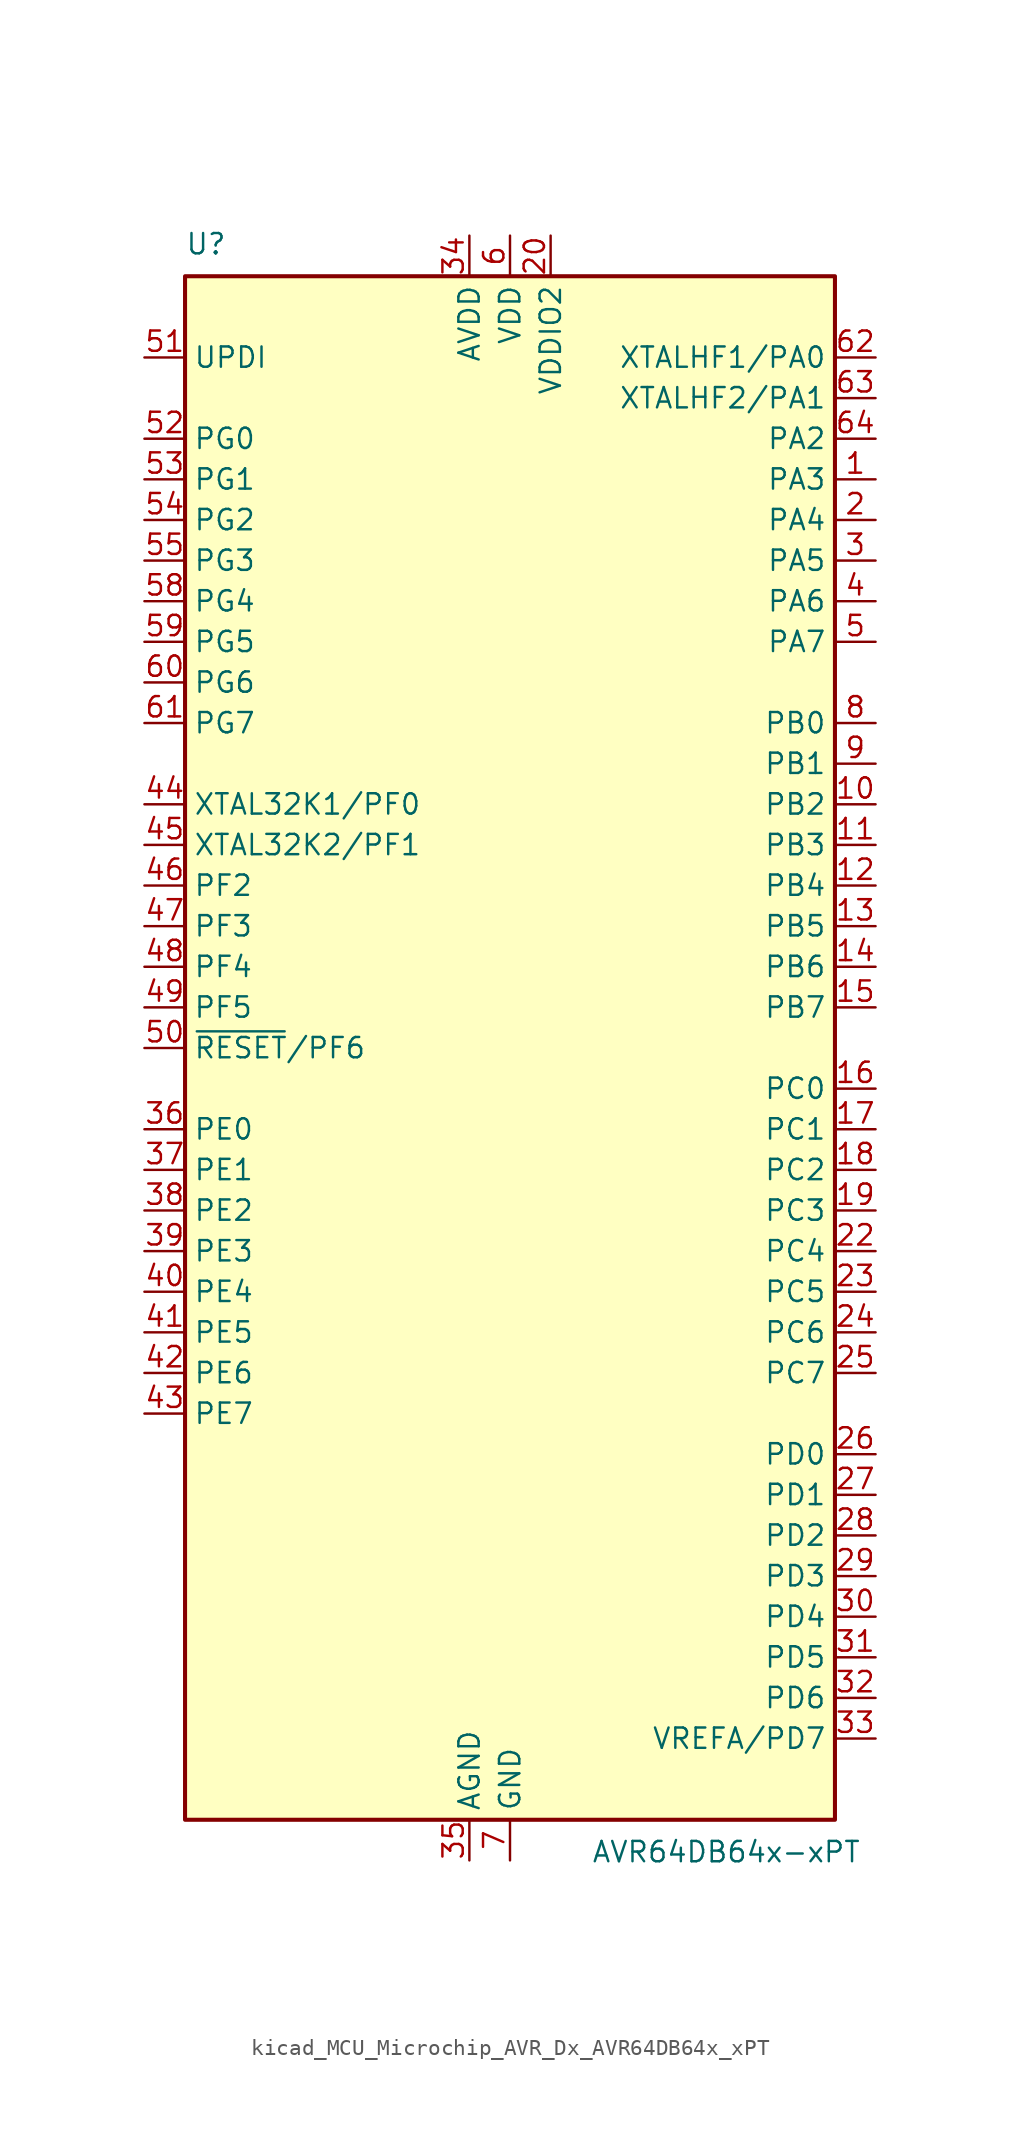
<source format=kicad_sym>
(kicad_symbol_lib
  (version 20220914)
  (generator kicad_symbol_editor)
  (symbol "kicad_MCU_Microchip_AVR_Dx_AVR64DB64x_xPT"
    (property "Reference" "U"
      (at -20.32 49.53 0)
      (effects (font (size 1.27 1.27)) (justify left bottom)))
    (property "Value" "AVR64DB64x-xPT"
      (at 5.08 -49.53 0)
      (effects (font (size 1.27 1.27)) (justify left top)))
    (symbol "kicad_MCU_Microchip_AVR_Dx_AVR64DB64x_xPT_0_1"
      (rectangle (start -20.32 48.26) (end 20.32 -48.26) (stroke (width 0.254) (type default)) (fill (type background))))
    (symbol "kicad_MCU_Microchip_AVR_Dx_AVR64DB64x_xPT_1_1"
      (pin bidirectional line (at 22.86 35.56 180) (length 2.54) (name "PA3" (effects (font (size 1.27 1.27)))) (number "1" (effects (font (size 1.27 1.27)))))
      (pin bidirectional line (at 22.86 15.24 180) (length 2.54) (name "PB2" (effects (font (size 1.27 1.27)))) (number "10" (effects (font (size 1.27 1.27)))))
      (pin bidirectional line (at 22.86 12.7 180) (length 2.54) (name "PB3" (effects (font (size 1.27 1.27)))) (number "11" (effects (font (size 1.27 1.27)))))
      (pin bidirectional line (at 22.86 10.16 180) (length 2.54) (name "PB4" (effects (font (size 1.27 1.27)))) (number "12" (effects (font (size 1.27 1.27)))))
      (pin bidirectional line (at 22.86 7.62 180) (length 2.54) (name "PB5" (effects (font (size 1.27 1.27)))) (number "13" (effects (font (size 1.27 1.27)))))
      (pin bidirectional line (at 22.86 5.08 180) (length 2.54) (name "PB6" (effects (font (size 1.27 1.27)))) (number "14" (effects (font (size 1.27 1.27)))))
      (pin bidirectional line (at 22.86 2.54 180) (length 2.54) (name "PB7" (effects (font (size 1.27 1.27)))) (number "15" (effects (font (size 1.27 1.27)))))
      (pin bidirectional line (at 22.86 -2.54 180) (length 2.54) (name "PC0" (effects (font (size 1.27 1.27)))) (number "16" (effects (font (size 1.27 1.27)))))
      (pin bidirectional line (at 22.86 -5.08 180) (length 2.54) (name "PC1" (effects (font (size 1.27 1.27)))) (number "17" (effects (font (size 1.27 1.27)))))
      (pin bidirectional line (at 22.86 -7.62 180) (length 2.54) (name "PC2" (effects (font (size 1.27 1.27)))) (number "18" (effects (font (size 1.27 1.27)))))
      (pin bidirectional line (at 22.86 -10.16 180) (length 2.54) (name "PC3" (effects (font (size 1.27 1.27)))) (number "19" (effects (font (size 1.27 1.27)))))
      (pin bidirectional line (at 22.86 33.02 180) (length 2.54) (name "PA4" (effects (font (size 1.27 1.27)))) (number "2" (effects (font (size 1.27 1.27)))))
      (pin power_in line (at 2.54 50.8 270) (length 2.54) (name "VDDIO2" (effects (font (size 1.27 1.27)))) (number "20" (effects (font (size 1.27 1.27)))))
      (pin passive line (at 0 -50.8 90) (length 2.54) hide (name "GND" (effects (font (size 1.27 1.27)))) (number "21" (effects (font (size 1.27 1.27)))))
      (pin bidirectional line (at 22.86 -12.7 180) (length 2.54) (name "PC4" (effects (font (size 1.27 1.27)))) (number "22" (effects (font (size 1.27 1.27)))))
      (pin bidirectional line (at 22.86 -15.24 180) (length 2.54) (name "PC5" (effects (font (size 1.27 1.27)))) (number "23" (effects (font (size 1.27 1.27)))))
      (pin bidirectional line (at 22.86 -17.78 180) (length 2.54) (name "PC6" (effects (font (size 1.27 1.27)))) (number "24" (effects (font (size 1.27 1.27)))))
      (pin bidirectional line (at 22.86 -20.32 180) (length 2.54) (name "PC7" (effects (font (size 1.27 1.27)))) (number "25" (effects (font (size 1.27 1.27)))))
      (pin bidirectional line (at 22.86 -25.4 180) (length 2.54) (name "PD0" (effects (font (size 1.27 1.27)))) (number "26" (effects (font (size 1.27 1.27)))))
      (pin bidirectional line (at 22.86 -27.94 180) (length 2.54) (name "PD1" (effects (font (size 1.27 1.27)))) (number "27" (effects (font (size 1.27 1.27)))))
      (pin bidirectional line (at 22.86 -30.48 180) (length 2.54) (name "PD2" (effects (font (size 1.27 1.27)))) (number "28" (effects (font (size 1.27 1.27)))))
      (pin bidirectional line (at 22.86 -33.02 180) (length 2.54) (name "PD3" (effects (font (size 1.27 1.27)))) (number "29" (effects (font (size 1.27 1.27)))))
      (pin bidirectional line (at 22.86 30.48 180) (length 2.54) (name "PA5" (effects (font (size 1.27 1.27)))) (number "3" (effects (font (size 1.27 1.27)))))
      (pin bidirectional line (at 22.86 -35.56 180) (length 2.54) (name "PD4" (effects (font (size 1.27 1.27)))) (number "30" (effects (font (size 1.27 1.27)))))
      (pin bidirectional line (at 22.86 -38.1 180) (length 2.54) (name "PD5" (effects (font (size 1.27 1.27)))) (number "31" (effects (font (size 1.27 1.27)))))
      (pin bidirectional line (at 22.86 -40.64 180) (length 2.54) (name "PD6" (effects (font (size 1.27 1.27)))) (number "32" (effects (font (size 1.27 1.27)))))
      (pin bidirectional line (at 22.86 -43.18 180) (length 2.54) (name "VREFA/PD7" (effects (font (size 1.27 1.27)))) (number "33" (effects (font (size 1.27 1.27)))))
      (pin power_in line (at -2.54 50.8 270) (length 2.54) (name "AVDD" (effects (font (size 1.27 1.27)))) (number "34" (effects (font (size 1.27 1.27)))))
      (pin power_in line (at -2.54 -50.8 90) (length 2.54) (name "AGND" (effects (font (size 1.27 1.27)))) (number "35" (effects (font (size 1.27 1.27)))))
      (pin bidirectional line (at -22.86 -5.08 0) (length 2.54) (name "PE0" (effects (font (size 1.27 1.27)))) (number "36" (effects (font (size 1.27 1.27)))))
      (pin bidirectional line (at -22.86 -7.62 0) (length 2.54) (name "PE1" (effects (font (size 1.27 1.27)))) (number "37" (effects (font (size 1.27 1.27)))))
      (pin bidirectional line (at -22.86 -10.16 0) (length 2.54) (name "PE2" (effects (font (size 1.27 1.27)))) (number "38" (effects (font (size 1.27 1.27)))))
      (pin bidirectional line (at -22.86 -12.7 0) (length 2.54) (name "PE3" (effects (font (size 1.27 1.27)))) (number "39" (effects (font (size 1.27 1.27)))))
      (pin bidirectional line (at 22.86 27.94 180) (length 2.54) (name "PA6" (effects (font (size 1.27 1.27)))) (number "4" (effects (font (size 1.27 1.27)))))
      (pin bidirectional line (at -22.86 -15.24 0) (length 2.54) (name "PE4" (effects (font (size 1.27 1.27)))) (number "40" (effects (font (size 1.27 1.27)))))
      (pin bidirectional line (at -22.86 -17.78 0) (length 2.54) (name "PE5" (effects (font (size 1.27 1.27)))) (number "41" (effects (font (size 1.27 1.27)))))
      (pin bidirectional line (at -22.86 -20.32 0) (length 2.54) (name "PE6" (effects (font (size 1.27 1.27)))) (number "42" (effects (font (size 1.27 1.27)))))
      (pin bidirectional line (at -22.86 -22.86 0) (length 2.54) (name "PE7" (effects (font (size 1.27 1.27)))) (number "43" (effects (font (size 1.27 1.27)))))
      (pin bidirectional line (at -22.86 15.24 0) (length 2.54) (name "XTAL32K1/PF0" (effects (font (size 1.27 1.27)))) (number "44" (effects (font (size 1.27 1.27)))))
      (pin bidirectional line (at -22.86 12.7 0) (length 2.54) (name "XTAL32K2/PF1" (effects (font (size 1.27 1.27)))) (number "45" (effects (font (size 1.27 1.27)))))
      (pin bidirectional line (at -22.86 10.16 0) (length 2.54) (name "PF2" (effects (font (size 1.27 1.27)))) (number "46" (effects (font (size 1.27 1.27)))))
      (pin bidirectional line (at -22.86 7.62 0) (length 2.54) (name "PF3" (effects (font (size 1.27 1.27)))) (number "47" (effects (font (size 1.27 1.27)))))
      (pin bidirectional line (at -22.86 5.08 0) (length 2.54) (name "PF4" (effects (font (size 1.27 1.27)))) (number "48" (effects (font (size 1.27 1.27)))))
      (pin bidirectional line (at -22.86 2.54 0) (length 2.54) (name "PF5" (effects (font (size 1.27 1.27)))) (number "49" (effects (font (size 1.27 1.27)))))
      (pin bidirectional line (at 22.86 25.4 180) (length 2.54) (name "PA7" (effects (font (size 1.27 1.27)))) (number "5" (effects (font (size 1.27 1.27)))))
      (pin bidirectional line (at -22.86 0 0) (length 2.54) (name "~{RESET}/PF6" (effects (font (size 1.27 1.27)))) (number "50" (effects (font (size 1.27 1.27)))))
      (pin input line (at -22.86 43.18 0) (length 2.54) (name "UPDI" (effects (font (size 1.27 1.27)))) (number "51" (effects (font (size 1.27 1.27)))))
      (pin bidirectional line (at -22.86 38.1 0) (length 2.54) (name "PG0" (effects (font (size 1.27 1.27)))) (number "52" (effects (font (size 1.27 1.27)))))
      (pin bidirectional line (at -22.86 35.56 0) (length 2.54) (name "PG1" (effects (font (size 1.27 1.27)))) (number "53" (effects (font (size 1.27 1.27)))))
      (pin bidirectional line (at -22.86 33.02 0) (length 2.54) (name "PG2" (effects (font (size 1.27 1.27)))) (number "54" (effects (font (size 1.27 1.27)))))
      (pin bidirectional line (at -22.86 30.48 0) (length 2.54) (name "PG3" (effects (font (size 1.27 1.27)))) (number "55" (effects (font (size 1.27 1.27)))))
      (pin passive line (at 0 50.8 270) (length 2.54) hide (name "VDD" (effects (font (size 1.27 1.27)))) (number "56" (effects (font (size 1.27 1.27)))))
      (pin passive line (at 0 -50.8 90) (length 2.54) hide (name "GND" (effects (font (size 1.27 1.27)))) (number "57" (effects (font (size 1.27 1.27)))))
      (pin bidirectional line (at -22.86 27.94 0) (length 2.54) (name "PG4" (effects (font (size 1.27 1.27)))) (number "58" (effects (font (size 1.27 1.27)))))
      (pin bidirectional line (at -22.86 25.4 0) (length 2.54) (name "PG5" (effects (font (size 1.27 1.27)))) (number "59" (effects (font (size 1.27 1.27)))))
      (pin power_in line (at 0 50.8 270) (length 2.54) (name "VDD" (effects (font (size 1.27 1.27)))) (number "6" (effects (font (size 1.27 1.27)))))
      (pin bidirectional line (at -22.86 22.86 0) (length 2.54) (name "PG6" (effects (font (size 1.27 1.27)))) (number "60" (effects (font (size 1.27 1.27)))))
      (pin bidirectional line (at -22.86 20.32 0) (length 2.54) (name "PG7" (effects (font (size 1.27 1.27)))) (number "61" (effects (font (size 1.27 1.27)))))
      (pin bidirectional line (at 22.86 43.18 180) (length 2.54) (name "XTALHF1/PA0" (effects (font (size 1.27 1.27)))) (number "62" (effects (font (size 1.27 1.27)))))
      (pin bidirectional line (at 22.86 40.64 180) (length 2.54) (name "XTALHF2/PA1" (effects (font (size 1.27 1.27)))) (number "63" (effects (font (size 1.27 1.27)))))
      (pin bidirectional line (at 22.86 38.1 180) (length 2.54) (name "PA2" (effects (font (size 1.27 1.27)))) (number "64" (effects (font (size 1.27 1.27)))))
      (pin power_in line (at 0 -50.8 90) (length 2.54) (name "GND" (effects (font (size 1.27 1.27)))) (number "7" (effects (font (size 1.27 1.27)))))
      (pin bidirectional line (at 22.86 20.32 180) (length 2.54) (name "PB0" (effects (font (size 1.27 1.27)))) (number "8" (effects (font (size 1.27 1.27)))))
      (pin bidirectional line (at 22.86 17.78 180) (length 2.54) (name "PB1" (effects (font (size 1.27 1.27)))) (number "9" (effects (font (size 1.27 1.27))))))))
</source>
